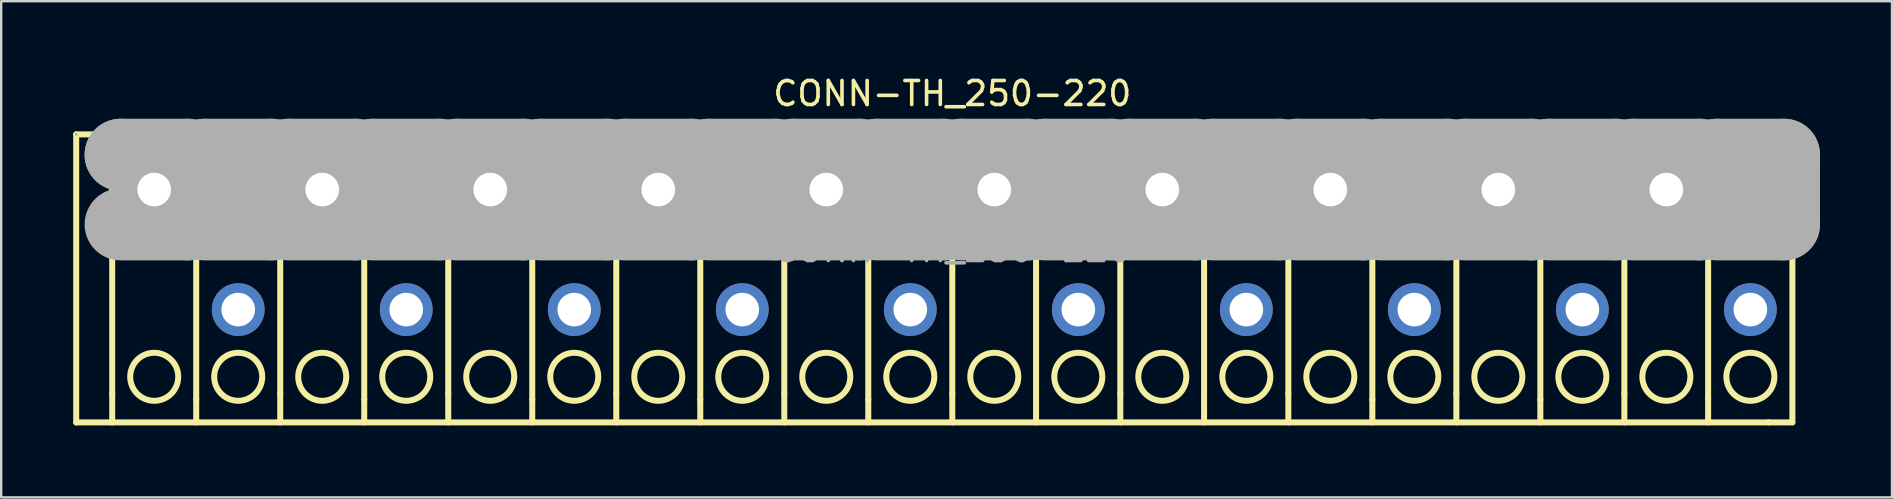
<source format=kicad_pcb>
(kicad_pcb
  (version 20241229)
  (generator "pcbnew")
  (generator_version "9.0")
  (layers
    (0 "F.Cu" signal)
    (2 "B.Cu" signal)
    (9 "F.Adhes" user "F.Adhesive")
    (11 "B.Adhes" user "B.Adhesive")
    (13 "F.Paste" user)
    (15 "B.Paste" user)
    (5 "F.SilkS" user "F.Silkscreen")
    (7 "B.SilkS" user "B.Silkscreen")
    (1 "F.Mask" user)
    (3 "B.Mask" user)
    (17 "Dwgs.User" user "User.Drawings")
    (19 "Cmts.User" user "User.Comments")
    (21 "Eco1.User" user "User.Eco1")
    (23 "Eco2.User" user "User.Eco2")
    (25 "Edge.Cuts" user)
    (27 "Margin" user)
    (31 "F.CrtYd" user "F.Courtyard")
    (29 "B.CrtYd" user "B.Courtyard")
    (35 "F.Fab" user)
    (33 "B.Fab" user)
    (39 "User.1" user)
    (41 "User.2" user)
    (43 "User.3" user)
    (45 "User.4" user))
  (footprint "CONN-TH_250-220"
    (layer "F.Cu")
    (at 36.625 7.348)
    (property "Reference" "CONN-TH_250-220" (at 0 -6.5 0) (layer "F.SilkS") (effects (font (size 1 1) (thickness 0.15))))
    (attr smd)
    (fp_line (start -36.5 -4.8) (end 34 -4.8) (stroke (width 0.25) (type solid)) (layer "F.SilkS"))
    (fp_line (start -36.5 7.2) (end -36.5 -4.8) (stroke (width 0.25) (type solid)) (layer "F.SilkS"))
    (fp_line (start -36.5 7.2) (end 34 7.2) (stroke (width 0.25) (type solid)) (layer "F.SilkS"))
    (fp_line (start -35 6) (end -35 -4.8) (stroke (width 0.25) (type solid)) (layer "F.SilkS"))
    (fp_line (start -35 6) (end -35 7.2) (stroke (width 0.25) (type solid)) (layer "F.SilkS"))
    (fp_line (start -34.46 -1.5) (end -34.62 -1.33) (stroke (width 0.25) (type solid)) (layer "F.SilkS"))
    (fp_line (start -34.36 -1.6) (end -34.46 -1.5) (stroke (width 0.25) (type solid)) (layer "F.SilkS"))
    (fp_line (start -34.36 -1.1) (end -34.07 -1.38) (stroke (width 0.25) (type solid)) (layer "F.SilkS"))
    (fp_line (start -34.34 -1.12) (end -34.36 -1.1) (stroke (width 0.25) (type solid)) (layer "F.SilkS"))
    (fp_line (start -32.17 -3.88) (end -32.15 -3.9) (stroke (width 0.25) (type solid)) (layer "F.SilkS"))
    (fp_line (start -32.15 -3.9) (end -32.44 -3.62) (stroke (width 0.25) (type solid)) (layer "F.SilkS"))
    (fp_line (start -32.15 -3.4) (end -32.05 -3.5) (stroke (width 0.25) (type solid)) (layer "F.SilkS"))
    (fp_line (start -32.05 -3.5) (end -31.89 -3.66) (stroke (width 0.25) (type solid)) (layer "F.SilkS"))
    (fp_line (start -31.5 -4.25) (end -31.5 -4.8) (stroke (width 0.25) (type solid)) (layer "F.SilkS"))
    (fp_line (start -31.5 -4.25) (end -31.5 6.25) (stroke (width 0.25) (type solid)) (layer "F.SilkS"))
    (fp_line (start -31.5 6.25) (end -31.5 7.2) (stroke (width 0.25) (type solid)) (layer "F.SilkS"))
    (fp_line (start -30.85 -1.1) (end -28.35 -3.7) (stroke (width 0.25) (type solid)) (layer "F.SilkS"))
    (fp_line (start -28.65 -3.9) (end -31.15 -1.3) (stroke (width 0.25) (type solid)) (layer "F.SilkS"))
    (fp_line (start -28.35 -3.7) (end -28.36 -3.7) (stroke (width 0.25) (type solid)) (layer "F.SilkS"))
    (fp_line (start -28 6) (end -28 -4.8) (stroke (width 0.25) (type solid)) (layer "F.SilkS"))
    (fp_line (start -28 6) (end -28 7.2) (stroke (width 0.25) (type solid)) (layer "F.SilkS"))
    (fp_line (start -27.46 -1.5) (end -27.62 -1.33) (stroke (width 0.25) (type solid)) (layer "F.SilkS"))
    (fp_line (start -27.36 -1.6) (end -27.46 -1.5) (stroke (width 0.25) (type solid)) (layer "F.SilkS"))
    (fp_line (start -27.36 -1.1) (end -27.07 -1.38) (stroke (width 0.25) (type solid)) (layer "F.SilkS"))
    (fp_line (start -27.34 -1.12) (end -27.36 -1.1) (stroke (width 0.25) (type solid)) (layer "F.SilkS"))
    (fp_line (start -25.17 -3.88) (end -25.15 -3.9) (stroke (width 0.25) (type solid)) (layer "F.SilkS"))
    (fp_line (start -25.15 -3.9) (end -25.44 -3.62) (stroke (width 0.25) (type solid)) (layer "F.SilkS"))
    (fp_line (start -25.15 -3.4) (end -25.05 -3.5) (stroke (width 0.25) (type solid)) (layer "F.SilkS"))
    (fp_line (start -25.05 -3.5) (end -24.89 -3.66) (stroke (width 0.25) (type solid)) (layer "F.SilkS"))
    (fp_line (start -24.5 -4.25) (end -24.5 -4.8) (stroke (width 0.25) (type solid)) (layer "F.SilkS"))
    (fp_line (start -24.5 -4.25) (end -24.5 6.25) (stroke (width 0.25) (type solid)) (layer "F.SilkS"))
    (fp_line (start -24.5 6.25) (end -24.5 7.2) (stroke (width 0.25) (type solid)) (layer "F.SilkS"))
    (fp_line (start -23.85 -1.1) (end -21.35 -3.7) (stroke (width 0.25) (type solid)) (layer "F.SilkS"))
    (fp_line (start -21.65 -3.9) (end -24.15 -1.3) (stroke (width 0.25) (type solid)) (layer "F.SilkS"))
    (fp_line (start -21.35 -3.7) (end -21.36 -3.7) (stroke (width 0.25) (type solid)) (layer "F.SilkS"))
    (fp_line (start -21 6) (end -21 -4.8) (stroke (width 0.25) (type solid)) (layer "F.SilkS"))
    (fp_line (start -21 6) (end -21 7.2) (stroke (width 0.25) (type solid)) (layer "F.SilkS"))
    (fp_line (start -20.46 -1.5) (end -20.62 -1.33) (stroke (width 0.25) (type solid)) (layer "F.SilkS"))
    (fp_line (start -20.36 -1.6) (end -20.46 -1.5) (stroke (width 0.25) (type solid)) (layer "F.SilkS"))
    (fp_line (start -20.36 -1.1) (end -20.07 -1.38) (stroke (width 0.25) (type solid)) (layer "F.SilkS"))
    (fp_line (start -20.34 -1.12) (end -20.36 -1.1) (stroke (width 0.25) (type solid)) (layer "F.SilkS"))
    (fp_line (start -18.17 -3.88) (end -18.15 -3.9) (stroke (width 0.25) (type solid)) (layer "F.SilkS"))
    (fp_line (start -18.15 -3.9) (end -18.44 -3.62) (stroke (width 0.25) (type solid)) (layer "F.SilkS"))
    (fp_line (start -18.15 -3.4) (end -18.05 -3.5) (stroke (width 0.25) (type solid)) (layer "F.SilkS"))
    (fp_line (start -18.05 -3.5) (end -17.89 -3.66) (stroke (width 0.25) (type solid)) (layer "F.SilkS"))
    (fp_line (start -17.5 -4.25) (end -17.5 -4.8) (stroke (width 0.25) (type solid)) (layer "F.SilkS"))
    (fp_line (start -17.5 -4.25) (end -17.5 6.25) (stroke (width 0.25) (type solid)) (layer "F.SilkS"))
    (fp_line (start -17.5 6.25) (end -17.5 7.2) (stroke (width 0.25) (type solid)) (layer "F.SilkS"))
    (fp_line (start -16.85 -1.1) (end -14.35 -3.7) (stroke (width 0.25) (type solid)) (layer "F.SilkS"))
    (fp_line (start -14.65 -3.9) (end -17.15 -1.3) (stroke (width 0.25) (type solid)) (layer "F.SilkS"))
    (fp_line (start -14.35 -3.7) (end -14.36 -3.7) (stroke (width 0.25) (type solid)) (layer "F.SilkS"))
    (fp_line (start -14 6) (end -14 -4.8) (stroke (width 0.25) (type solid)) (layer "F.SilkS"))
    (fp_line (start -14 6) (end -14 7.2) (stroke (width 0.25) (type solid)) (layer "F.SilkS"))
    (fp_line (start -13.46 -1.5) (end -13.62 -1.33) (stroke (width 0.25) (type solid)) (layer "F.SilkS"))
    (fp_line (start -13.36 -1.6) (end -13.46 -1.5) (stroke (width 0.25) (type solid)) (layer "F.SilkS"))
    (fp_line (start -13.36 -1.1) (end -13.07 -1.38) (stroke (width 0.25) (type solid)) (layer "F.SilkS"))
    (fp_line (start -13.34 -1.12) (end -13.36 -1.1) (stroke (width 0.25) (type solid)) (layer "F.SilkS"))
    (fp_line (start -11.17 -3.88) (end -11.15 -3.9) (stroke (width 0.25) (type solid)) (layer "F.SilkS"))
    (fp_line (start -11.15 -3.9) (end -11.44 -3.62) (stroke (width 0.25) (type solid)) (layer "F.SilkS"))
    (fp_line (start -11.15 -3.4) (end -11.05 -3.5) (stroke (width 0.25) (type solid)) (layer "F.SilkS"))
    (fp_line (start -11.05 -3.5) (end -10.89 -3.66) (stroke (width 0.25) (type solid)) (layer "F.SilkS"))
    (fp_line (start -10.5 -4.25) (end -10.5 -4.8) (stroke (width 0.25) (type solid)) (layer "F.SilkS"))
    (fp_line (start -10.5 -4.25) (end -10.5 6.25) (stroke (width 0.25) (type solid)) (layer "F.SilkS"))
    (fp_line (start -10.5 6.25) (end -10.5 7.2) (stroke (width 0.25) (type solid)) (layer "F.SilkS"))
    (fp_line (start -9.85 -1.1) (end -7.35 -3.7) (stroke (width 0.25) (type solid)) (layer "F.SilkS"))
    (fp_line (start -7.65 -3.9) (end -10.15 -1.3) (stroke (width 0.25) (type solid)) (layer "F.SilkS"))
    (fp_line (start -7.35 -3.7) (end -7.36 -3.7) (stroke (width 0.25) (type solid)) (layer "F.SilkS"))
    (fp_line (start -7 6) (end -7 -4.8) (stroke (width 0.25) (type solid)) (layer "F.SilkS"))
    (fp_line (start -7 6) (end -7 7.2) (stroke (width 0.25) (type solid)) (layer "F.SilkS"))
    (fp_line (start -6.46 -1.5) (end -6.62 -1.33) (stroke (width 0.25) (type solid)) (layer "F.SilkS"))
    (fp_line (start -6.36 -1.6) (end -6.46 -1.5) (stroke (width 0.25) (type solid)) (layer "F.SilkS"))
    (fp_line (start -6.36 -1.1) (end -6.07 -1.38) (stroke (width 0.25) (type solid)) (layer "F.SilkS"))
    (fp_line (start -6.34 -1.12) (end -6.36 -1.1) (stroke (width 0.25) (type solid)) (layer "F.SilkS"))
    (fp_line (start -4.17 -3.88) (end -4.15 -3.9) (stroke (width 0.25) (type solid)) (layer "F.SilkS"))
    (fp_line (start -4.15 -3.9) (end -4.44 -3.62) (stroke (width 0.25) (type solid)) (layer "F.SilkS"))
    (fp_line (start -4.15 -3.4) (end -4.05 -3.5) (stroke (width 0.25) (type solid)) (layer "F.SilkS"))
    (fp_line (start -4.05 -3.5) (end -3.89 -3.66) (stroke (width 0.25) (type solid)) (layer "F.SilkS"))
    (fp_line (start -3.5 -4.25) (end -3.5 -4.8) (stroke (width 0.25) (type solid)) (layer "F.SilkS"))
    (fp_line (start -3.5 -4.25) (end -3.5 6.25) (stroke (width 0.25) (type solid)) (layer "F.SilkS"))
    (fp_line (start -3.5 6.25) (end -3.5 7.2) (stroke (width 0.25) (type solid)) (layer "F.SilkS"))
    (fp_line (start -2.85 -1.1) (end -0.35 -3.7) (stroke (width 0.25) (type solid)) (layer "F.SilkS"))
    (fp_line (start -0.65 -3.9) (end -3.15 -1.3) (stroke (width 0.25) (type solid)) (layer "F.SilkS"))
    (fp_line (start -0.35 -3.7) (end -0.36 -3.7) (stroke (width 0.25) (type solid)) (layer "F.SilkS"))
    (fp_line (start 0 6) (end 0 -4.8) (stroke (width 0.25) (type solid)) (layer "F.SilkS"))
    (fp_line (start 0 6) (end 0 7.2) (stroke (width 0.25) (type solid)) (layer "F.SilkS"))
    (fp_line (start 0.54 -1.5) (end 0.38 -1.33) (stroke (width 0.25) (type solid)) (layer "F.SilkS"))
    (fp_line (start 0.64 -1.6) (end 0.54 -1.5) (stroke (width 0.25) (type solid)) (layer "F.SilkS"))
    (fp_line (start 0.64 -1.1) (end 0.93 -1.38) (stroke (width 0.25) (type solid)) (layer "F.SilkS"))
    (fp_line (start 0.66 -1.12) (end 0.64 -1.1) (stroke (width 0.25) (type solid)) (layer "F.SilkS"))
    (fp_line (start 2.83 -3.88) (end 2.85 -3.9) (stroke (width 0.25) (type solid)) (layer "F.SilkS"))
    (fp_line (start 2.85 -3.9) (end 2.56 -3.62) (stroke (width 0.25) (type solid)) (layer "F.SilkS"))
    (fp_line (start 2.85 -3.4) (end 2.95 -3.5) (stroke (width 0.25) (type solid)) (layer "F.SilkS"))
    (fp_line (start 2.95 -3.5) (end 3.11 -3.66) (stroke (width 0.25) (type solid)) (layer "F.SilkS"))
    (fp_line (start 3.49 -4.25) (end 3.49 -4.8) (stroke (width 0.25) (type solid)) (layer "F.SilkS"))
    (fp_line (start 3.49 -4.25) (end 3.49 6.25) (stroke (width 0.25) (type solid)) (layer "F.SilkS"))
    (fp_line (start 3.49 6.25) (end 3.49 7.2) (stroke (width 0.25) (type solid)) (layer "F.SilkS"))
    (fp_line (start 4.15 -1.1) (end 6.65 -3.7) (stroke (width 0.25) (type solid)) (layer "F.SilkS"))
    (fp_line (start 6.35 -3.9) (end 3.85 -1.3) (stroke (width 0.25) (type solid)) (layer "F.SilkS"))
    (fp_line (start 6.65 -3.7) (end 6.64 -3.7) (stroke (width 0.25) (type solid)) (layer "F.SilkS"))
    (fp_line (start 7 6) (end 7 -4.8) (stroke (width 0.25) (type solid)) (layer "F.SilkS"))
    (fp_line (start 7 6) (end 7 7.2) (stroke (width 0.25) (type solid)) (layer "F.SilkS"))
    (fp_line (start 7.54 -1.5) (end 7.38 -1.33) (stroke (width 0.25) (type solid)) (layer "F.SilkS"))
    (fp_line (start 7.64 -1.6) (end 7.54 -1.5) (stroke (width 0.25) (type solid)) (layer "F.SilkS"))
    (fp_line (start 7.64 -1.1) (end 7.93 -1.38) (stroke (width 0.25) (type solid)) (layer "F.SilkS"))
    (fp_line (start 7.66 -1.12) (end 7.64 -1.1) (stroke (width 0.25) (type solid)) (layer "F.SilkS"))
    (fp_line (start 9.83 -3.88) (end 9.85 -3.9) (stroke (width 0.25) (type solid)) (layer "F.SilkS"))
    (fp_line (start 9.85 -3.9) (end 9.56 -3.62) (stroke (width 0.25) (type solid)) (layer "F.SilkS"))
    (fp_line (start 9.85 -3.4) (end 9.95 -3.5) (stroke (width 0.25) (type solid)) (layer "F.SilkS"))
    (fp_line (start 9.95 -3.5) (end 10.11 -3.66) (stroke (width 0.25) (type solid)) (layer "F.SilkS"))
    (fp_line (start 10.49 -4.25) (end 10.49 -4.8) (stroke (width 0.25) (type solid)) (layer "F.SilkS"))
    (fp_line (start 10.49 -4.25) (end 10.49 6.25) (stroke (width 0.25) (type solid)) (layer "F.SilkS"))
    (fp_line (start 10.49 6.25) (end 10.49 7.2) (stroke (width 0.25) (type solid)) (layer "F.SilkS"))
    (fp_line (start 11.15 -1.1) (end 13.65 -3.7) (stroke (width 0.25) (type solid)) (layer "F.SilkS"))
    (fp_line (start 13.35 -3.9) (end 10.85 -1.3) (stroke (width 0.25) (type solid)) (layer "F.SilkS"))
    (fp_line (start 13.65 -3.7) (end 13.64 -3.7) (stroke (width 0.25) (type solid)) (layer "F.SilkS"))
    (fp_line (start 14 6) (end 14 -4.8) (stroke (width 0.25) (type solid)) (layer "F.SilkS"))
    (fp_line (start 14 6) (end 14 7.2) (stroke (width 0.25) (type solid)) (layer "F.SilkS"))
    (fp_line (start 14.54 -1.5) (end 14.38 -1.33) (stroke (width 0.25) (type solid)) (layer "F.SilkS"))
    (fp_line (start 14.64 -1.6) (end 14.54 -1.5) (stroke (width 0.25) (type solid)) (layer "F.SilkS"))
    (fp_line (start 14.64 -1.1) (end 14.93 -1.38) (stroke (width 0.25) (type solid)) (layer "F.SilkS"))
    (fp_line (start 14.66 -1.12) (end 14.64 -1.1) (stroke (width 0.25) (type solid)) (layer "F.SilkS"))
    (fp_line (start 16.83 -3.88) (end 16.85 -3.9) (stroke (width 0.25) (type solid)) (layer "F.SilkS"))
    (fp_line (start 16.85 -3.9) (end 16.56 -3.62) (stroke (width 0.25) (type solid)) (layer "F.SilkS"))
    (fp_line (start 16.85 -3.4) (end 16.95 -3.5) (stroke (width 0.25) (type solid)) (layer "F.SilkS"))
    (fp_line (start 16.95 -3.5) (end 17.11 -3.66) (stroke (width 0.25) (type solid)) (layer "F.SilkS"))
    (fp_line (start 17.5 -4.25) (end 17.5 -4.8) (stroke (width 0.25) (type solid)) (layer "F.SilkS"))
    (fp_line (start 17.5 -4.25) (end 17.5 6.25) (stroke (width 0.25) (type solid)) (layer "F.SilkS"))
    (fp_line (start 17.5 6.25) (end 17.5 7.2) (stroke (width 0.25) (type solid)) (layer "F.SilkS"))
    (fp_line (start 18.15 -1.1) (end 20.65 -3.7) (stroke (width 0.25) (type solid)) (layer "F.SilkS"))
    (fp_line (start 20.35 -3.9) (end 17.85 -1.3) (stroke (width 0.25) (type solid)) (layer "F.SilkS"))
    (fp_line (start 20.65 -3.7) (end 20.64 -3.7) (stroke (width 0.25) (type solid)) (layer "F.SilkS"))
    (fp_line (start 21 6) (end 21 -4.8) (stroke (width 0.25) (type solid)) (layer "F.SilkS"))
    (fp_line (start 21 6) (end 21 7.2) (stroke (width 0.25) (type solid)) (layer "F.SilkS"))
    (fp_line (start 21.54 -1.5) (end 21.38 -1.33) (stroke (width 0.25) (type solid)) (layer "F.SilkS"))
    (fp_line (start 21.64 -1.6) (end 21.54 -1.5) (stroke (width 0.25) (type solid)) (layer "F.SilkS"))
    (fp_line (start 21.64 -1.1) (end 21.93 -1.38) (stroke (width 0.25) (type solid)) (layer "F.SilkS"))
    (fp_line (start 21.66 -1.12) (end 21.64 -1.1) (stroke (width 0.25) (type solid)) (layer "F.SilkS"))
    (fp_line (start 23.83 -3.88) (end 23.85 -3.9) (stroke (width 0.25) (type solid)) (layer "F.SilkS"))
    (fp_line (start 23.85 -3.9) (end 23.56 -3.62) (stroke (width 0.25) (type solid)) (layer "F.SilkS"))
    (fp_line (start 23.85 -3.4) (end 23.95 -3.5) (stroke (width 0.25) (type solid)) (layer "F.SilkS"))
    (fp_line (start 23.95 -3.5) (end 24.11 -3.66) (stroke (width 0.25) (type solid)) (layer "F.SilkS"))
    (fp_line (start 24.5 -4.25) (end 24.5 -4.8) (stroke (width 0.25) (type solid)) (layer "F.SilkS"))
    (fp_line (start 24.5 -4.25) (end 24.5 6.25) (stroke (width 0.25) (type solid)) (layer "F.SilkS"))
    (fp_line (start 24.5 6.25) (end 24.5 7.2) (stroke (width 0.25) (type solid)) (layer "F.SilkS"))
    (fp_line (start 25.15 -1.1) (end 27.65 -3.7) (stroke (width 0.25) (type solid)) (layer "F.SilkS"))
    (fp_line (start 27.35 -3.9) (end 24.85 -1.3) (stroke (width 0.25) (type solid)) (layer "F.SilkS"))
    (fp_line (start 27.65 -3.7) (end 27.64 -3.7) (stroke (width 0.25) (type solid)) (layer "F.SilkS"))
    (fp_line (start 28 6) (end 28 -4.8) (stroke (width 0.25) (type solid)) (layer "F.SilkS"))
    (fp_line (start 28 6) (end 28 7.2) (stroke (width 0.25) (type solid)) (layer "F.SilkS"))
    (fp_line (start 28.54 -1.5) (end 28.38 -1.33) (stroke (width 0.25) (type solid)) (layer "F.SilkS"))
    (fp_line (start 28.64 -1.6) (end 28.54 -1.5) (stroke (width 0.25) (type solid)) (layer "F.SilkS"))
    (fp_line (start 28.64 -1.1) (end 28.93 -1.38) (stroke (width 0.25) (type solid)) (layer "F.SilkS"))
    (fp_line (start 28.66 -1.12) (end 28.64 -1.1) (stroke (width 0.25) (type solid)) (layer "F.SilkS"))
    (fp_line (start 30.83 -3.88) (end 30.85 -3.9) (stroke (width 0.25) (type solid)) (layer "F.SilkS"))
    (fp_line (start 30.85 -3.9) (end 30.56 -3.62) (stroke (width 0.25) (type solid)) (layer "F.SilkS"))
    (fp_line (start 30.85 -3.4) (end 30.94 -3.5) (stroke (width 0.25) (type solid)) (layer "F.SilkS"))
    (fp_line (start 30.94 -3.5) (end 31.11 -3.66) (stroke (width 0.25) (type solid)) (layer "F.SilkS"))
    (fp_line (start 31.49 -4.25) (end 31.49 -4.8) (stroke (width 0.25) (type solid)) (layer "F.SilkS"))
    (fp_line (start 31.49 -4.25) (end 31.49 6.25) (stroke (width 0.25) (type solid)) (layer "F.SilkS"))
    (fp_line (start 31.49 6.25) (end 31.49 7.2) (stroke (width 0.25) (type solid)) (layer "F.SilkS"))
    (fp_line (start 32.15 -1.1) (end 34.65 -3.7) (stroke (width 0.25) (type solid)) (layer "F.SilkS"))
    (fp_line (start 34 -4.8) (end 35 -4.8) (stroke (width 0.25) (type solid)) (layer "F.SilkS"))
    (fp_line (start 34 7.2) (end 35 7.2) (stroke (width 0.25) (type solid)) (layer "F.SilkS"))
    (fp_line (start 34.35 -3.9) (end 31.85 -1.3) (stroke (width 0.25) (type solid)) (layer "F.SilkS"))
    (fp_line (start 34.65 -3.7) (end 34.64 -3.7) (stroke (width 0.25) (type solid)) (layer "F.SilkS"))
    (fp_line (start 35 7.2) (end 35 -4.8) (stroke (width 0.25) (type solid)) (layer "F.SilkS"))
    (fp_circle (center -33.25 5.3) (end -32.25 5.3) (stroke (width 0.25) (type solid)) (fill no) (layer "F.SilkS"))
    (fp_circle (center -29.75 5.3) (end -28.75 5.3) (stroke (width 0.25) (type solid)) (fill no) (layer "F.SilkS"))
    (fp_circle (center -26.25 5.3) (end -25.25 5.3) (stroke (width 0.25) (type solid)) (fill no) (layer "F.SilkS"))
    (fp_circle (center -22.75 5.3) (end -21.75 5.3) (stroke (width 0.25) (type solid)) (fill no) (layer "F.SilkS"))
    (fp_circle (center -19.25 5.3) (end -18.25 5.3) (stroke (width 0.25) (type solid)) (fill no) (layer "F.SilkS"))
    (fp_circle (center -15.75 5.3) (end -14.75 5.3) (stroke (width 0.25) (type solid)) (fill no) (layer "F.SilkS"))
    (fp_circle (center -12.25 5.3) (end -11.25 5.3) (stroke (width 0.25) (type solid)) (fill no) (layer "F.SilkS"))
    (fp_circle (center -8.75 5.3) (end -7.75 5.3) (stroke (width 0.25) (type solid)) (fill no) (layer "F.SilkS"))
    (fp_circle (center -5.25 5.3) (end -4.25 5.3) (stroke (width 0.25) (type solid)) (fill no) (layer "F.SilkS"))
    (fp_circle (center -1.75 5.3) (end -0.75 5.3) (stroke (width 0.25) (type solid)) (fill no) (layer "F.SilkS"))
    (fp_circle (center 1.75 5.3) (end 2.75 5.3) (stroke (width 0.25) (type solid)) (fill no) (layer "F.SilkS"))
    (fp_circle (center 5.25 5.3) (end 6.25 5.3) (stroke (width 0.25) (type solid)) (fill no) (layer "F.SilkS"))
    (fp_circle (center 8.75 5.3) (end 9.75 5.3) (stroke (width 0.25) (type solid)) (fill no) (layer "F.SilkS"))
    (fp_circle (center 12.25 5.3) (end 13.25 5.3) (stroke (width 0.25) (type solid)) (fill no) (layer "F.SilkS"))
    (fp_circle (center 15.75 5.3) (end 16.75 5.3) (stroke (width 0.25) (type solid)) (fill no) (layer "F.SilkS"))
    (fp_circle (center 19.25 5.3) (end 20.25 5.3) (stroke (width 0.25) (type solid)) (fill no) (layer "F.SilkS"))
    (fp_circle (center 22.75 5.3) (end 23.75 5.3) (stroke (width 0.25) (type solid)) (fill no) (layer "F.SilkS"))
    (fp_circle (center 26.25 5.3) (end 27.25 5.3) (stroke (width 0.25) (type solid)) (fill no) (layer "F.SilkS"))
    (fp_circle (center 29.75 5.3) (end 30.75 5.3) (stroke (width 0.25) (type solid)) (fill no) (layer "F.SilkS"))
    (fp_circle (center 33.25 5.3) (end 34.25 5.3) (stroke (width 0.25) (type solid)) (fill no) (layer "F.SilkS"))
    (fp_line (start -34.65 -3.95) (end -34.65 -3.95) (stroke (width 3) (type solid)) (layer "F.Fab"))
    (fp_line (start -34.65 -3.95) (end -31.85 -3.95) (stroke (width 3) (type solid)) (layer "F.Fab"))
    (fp_line (start -31.85 -3.95) (end -31.85 -1.05) (stroke (width 3) (type solid)) (layer "F.Fab"))
    (fp_line (start -31.85 -1.05) (end -34.65 -1.05) (stroke (width 3) (type solid)) (layer "F.Fab"))
    (fp_line (start -31.15 -3.95) (end -31.15 -3.95) (stroke (width 3) (type solid)) (layer "F.Fab"))
    (fp_line (start -31.15 -3.95) (end -28.35 -3.95) (stroke (width 3) (type solid)) (layer "F.Fab"))
    (fp_line (start -28.35 -3.95) (end -28.35 -1.05) (stroke (width 3) (type solid)) (layer "F.Fab"))
    (fp_line (start -28.35 -1.05) (end -31.15 -1.05) (stroke (width 3) (type solid)) (layer "F.Fab"))
    (fp_line (start -27.65 -3.95) (end -27.65 -3.95) (stroke (width 3) (type solid)) (layer "F.Fab"))
    (fp_line (start -27.65 -3.95) (end -24.85 -3.95) (stroke (width 3) (type solid)) (layer "F.Fab"))
    (fp_line (start -24.85 -3.95) (end -24.85 -1.05) (stroke (width 3) (type solid)) (layer "F.Fab"))
    (fp_line (start -24.85 -1.05) (end -27.65 -1.05) (stroke (width 3) (type solid)) (layer "F.Fab"))
    (fp_line (start -24.15 -3.95) (end -24.15 -3.95) (stroke (width 3) (type solid)) (layer "F.Fab"))
    (fp_line (start -24.15 -3.95) (end -21.35 -3.95) (stroke (width 3) (type solid)) (layer "F.Fab"))
    (fp_line (start -21.35 -3.95) (end -21.35 -1.05) (stroke (width 3) (type solid)) (layer "F.Fab"))
    (fp_line (start -21.35 -1.05) (end -24.15 -1.05) (stroke (width 3) (type solid)) (layer "F.Fab"))
    (fp_line (start -20.65 -3.95) (end -20.65 -3.95) (stroke (width 3) (type solid)) (layer "F.Fab"))
    (fp_line (start -20.65 -3.95) (end -17.85 -3.95) (stroke (width 3) (type solid)) (layer "F.Fab"))
    (fp_line (start -17.85 -3.95) (end -17.85 -1.05) (stroke (width 3) (type solid)) (layer "F.Fab"))
    (fp_line (start -17.85 -1.05) (end -20.65 -1.05) (stroke (width 3) (type solid)) (layer "F.Fab"))
    (fp_line (start -17.15 -3.95) (end -17.15 -3.95) (stroke (width 3) (type solid)) (layer "F.Fab"))
    (fp_line (start -17.15 -3.95) (end -14.35 -3.95) (stroke (width 3) (type solid)) (layer "F.Fab"))
    (fp_line (start -14.35 -3.95) (end -14.35 -1.05) (stroke (width 3) (type solid)) (layer "F.Fab"))
    (fp_line (start -14.35 -1.05) (end -17.15 -1.05) (stroke (width 3) (type solid)) (layer "F.Fab"))
    (fp_line (start -13.65 -3.95) (end -13.65 -3.95) (stroke (width 3) (type solid)) (layer "F.Fab"))
    (fp_line (start -13.65 -3.95) (end -10.85 -3.95) (stroke (width 3) (type solid)) (layer "F.Fab"))
    (fp_line (start -10.85 -3.95) (end -10.85 -1.05) (stroke (width 3) (type solid)) (layer "F.Fab"))
    (fp_line (start -10.85 -1.05) (end -13.65 -1.05) (stroke (width 3) (type solid)) (layer "F.Fab"))
    (fp_line (start -10.15 -3.95) (end -10.15 -3.95) (stroke (width 3) (type solid)) (layer "F.Fab"))
    (fp_line (start -10.15 -3.95) (end -7.35 -3.95) (stroke (width 3) (type solid)) (layer "F.Fab"))
    (fp_line (start -7.35 -3.95) (end -7.35 -1.05) (stroke (width 3) (type solid)) (layer "F.Fab"))
    (fp_line (start -7.35 -1.05) (end -10.15 -1.05) (stroke (width 3) (type solid)) (layer "F.Fab"))
    (fp_line (start -6.65 -3.95) (end -6.65 -3.95) (stroke (width 3) (type solid)) (layer "F.Fab"))
    (fp_line (start -6.65 -3.95) (end -3.85 -3.95) (stroke (width 3) (type solid)) (layer "F.Fab"))
    (fp_line (start -3.85 -3.95) (end -3.85 -1.05) (stroke (width 3) (type solid)) (layer "F.Fab"))
    (fp_line (start -3.85 -1.05) (end -6.65 -1.05) (stroke (width 3) (type solid)) (layer "F.Fab"))
    (fp_line (start -3.15 -3.95) (end -3.15 -3.95) (stroke (width 3) (type solid)) (layer "F.Fab"))
    (fp_line (start -3.15 -3.95) (end -0.35 -3.95) (stroke (width 3) (type solid)) (layer "F.Fab"))
    (fp_line (start -0.35 -3.95) (end -0.35 -1.05) (stroke (width 3) (type solid)) (layer "F.Fab"))
    (fp_line (start -0.35 -1.05) (end -3.15 -1.05) (stroke (width 3) (type solid)) (layer "F.Fab"))
    (fp_line (start 0.35 -3.95) (end 0.35 -3.95) (stroke (width 3) (type solid)) (layer "F.Fab"))
    (fp_line (start 0.35 -3.95) (end 3.15 -3.95) (stroke (width 3) (type solid)) (layer "F.Fab"))
    (fp_line (start 3.15 -3.95) (end 3.15 -1.05) (stroke (width 3) (type solid)) (layer "F.Fab"))
    (fp_line (start 3.15 -1.05) (end 0.35 -1.05) (stroke (width 3) (type solid)) (layer "F.Fab"))
    (fp_line (start 3.85 -3.95) (end 3.85 -3.95) (stroke (width 3) (type solid)) (layer "F.Fab"))
    (fp_line (start 3.85 -3.95) (end 6.65 -3.95) (stroke (width 3) (type solid)) (layer "F.Fab"))
    (fp_line (start 6.65 -3.95) (end 6.65 -1.05) (stroke (width 3) (type solid)) (layer "F.Fab"))
    (fp_line (start 6.65 -1.05) (end 3.85 -1.05) (stroke (width 3) (type solid)) (layer "F.Fab"))
    (fp_line (start 7.35 -3.95) (end 7.35 -3.95) (stroke (width 3) (type solid)) (layer "F.Fab"))
    (fp_line (start 7.35 -3.95) (end 10.15 -3.95) (stroke (width 3) (type solid)) (layer "F.Fab"))
    (fp_line (start 10.15 -3.95) (end 10.15 -1.05) (stroke (width 3) (type solid)) (layer "F.Fab"))
    (fp_line (start 10.15 -1.05) (end 7.35 -1.05) (stroke (width 3) (type solid)) (layer "F.Fab"))
    (fp_line (start 10.85 -3.95) (end 10.85 -3.95) (stroke (width 3) (type solid)) (layer "F.Fab"))
    (fp_line (start 10.85 -3.95) (end 13.65 -3.95) (stroke (width 3) (type solid)) (layer "F.Fab"))
    (fp_line (start 13.65 -3.95) (end 13.65 -1.05) (stroke (width 3) (type solid)) (layer "F.Fab"))
    (fp_line (start 13.65 -1.05) (end 10.85 -1.05) (stroke (width 3) (type solid)) (layer "F.Fab"))
    (fp_line (start 14.35 -3.95) (end 14.35 -3.95) (stroke (width 3) (type solid)) (layer "F.Fab"))
    (fp_line (start 14.35 -3.95) (end 17.15 -3.95) (stroke (width 3) (type solid)) (layer "F.Fab"))
    (fp_line (start 17.15 -3.95) (end 17.15 -1.05) (stroke (width 3) (type solid)) (layer "F.Fab"))
    (fp_line (start 17.15 -1.05) (end 14.35 -1.05) (stroke (width 3) (type solid)) (layer "F.Fab"))
    (fp_line (start 17.85 -3.95) (end 17.85 -3.95) (stroke (width 3) (type solid)) (layer "F.Fab"))
    (fp_line (start 17.85 -3.95) (end 20.65 -3.95) (stroke (width 3) (type solid)) (layer "F.Fab"))
    (fp_line (start 20.65 -3.95) (end 20.65 -1.05) (stroke (width 3) (type solid)) (layer "F.Fab"))
    (fp_line (start 20.65 -1.05) (end 17.85 -1.05) (stroke (width 3) (type solid)) (layer "F.Fab"))
    (fp_line (start 21.35 -3.95) (end 21.35 -3.95) (stroke (width 3) (type solid)) (layer "F.Fab"))
    (fp_line (start 21.35 -3.95) (end 24.15 -3.95) (stroke (width 3) (type solid)) (layer "F.Fab"))
    (fp_line (start 24.15 -3.95) (end 24.15 -1.05) (stroke (width 3) (type solid)) (layer "F.Fab"))
    (fp_line (start 24.15 -1.05) (end 21.35 -1.05) (stroke (width 3) (type solid)) (layer "F.Fab"))
    (fp_line (start 24.85 -3.95) (end 24.85 -3.95) (stroke (width 3) (type solid)) (layer "F.Fab"))
    (fp_line (start 24.85 -3.95) (end 27.65 -3.95) (stroke (width 3) (type solid)) (layer "F.Fab"))
    (fp_line (start 27.65 -3.95) (end 27.65 -1.05) (stroke (width 3) (type solid)) (layer "F.Fab"))
    (fp_line (start 27.65 -1.05) (end 24.85 -1.05) (stroke (width 3) (type solid)) (layer "F.Fab"))
    (fp_line (start 28.35 -3.95) (end 28.35 -3.95) (stroke (width 3) (type solid)) (layer "F.Fab"))
    (fp_line (start 28.35 -3.95) (end 31.15 -3.95) (stroke (width 3) (type solid)) (layer "F.Fab"))
    (fp_line (start 31.15 -3.95) (end 31.15 -1.05) (stroke (width 3) (type solid)) (layer "F.Fab"))
    (fp_line (start 31.15 -1.05) (end 28.35 -1.05) (stroke (width 3) (type solid)) (layer "F.Fab"))
    (fp_line (start 31.85 -3.95) (end 31.85 -3.95) (stroke (width 3) (type solid)) (layer "F.Fab"))
    (fp_line (start 31.85 -3.95) (end 34.65 -3.95) (stroke (width 3) (type solid)) (layer "F.Fab"))
    (fp_line (start 34.65 -3.95) (end 34.65 -1.05) (stroke (width 3) (type solid)) (layer "F.Fab"))
    (fp_line (start 34.65 -1.05) (end 31.85 -1.05) (stroke (width 3) (type solid)) (layer "F.Fab"))
    (fp_circle (center -36.5 -4.8) (end -36.47 -4.8) (stroke (width 0.06) (type solid)) (fill no) (layer "F.Fab"))
    (fp_text user "${REFERENCE}" (at 0 0 0) (layer "F.Fab") (effects (font (size 1 1) (thickness 0.15))))
    (pad "1" thru_hole circle (at -33.25 -2.5) (size 2.2 2.2) (drill 1.4) (layers "*.Cu" "*.Paste" "*.Mask"))
    (pad "2" thru_hole circle (at -29.75 2.5) (size 2.2 2.2) (drill 1.4) (layers "*.Cu" "*.Paste" "*.Mask"))
    (pad "3" thru_hole circle (at -26.25 -2.5) (size 2.2 2.2) (drill 1.4) (layers "*.Cu" "*.Paste" "*.Mask"))
    (pad "4" thru_hole circle (at -22.75 2.5) (size 2.2 2.2) (drill 1.4) (layers "*.Cu" "*.Paste" "*.Mask"))
    (pad "5" thru_hole circle (at -19.25 -2.5) (size 2.2 2.2) (drill 1.4) (layers "*.Cu" "*.Paste" "*.Mask"))
    (pad "6" thru_hole circle (at -15.75 2.5) (size 2.2 2.2) (drill 1.4) (layers "*.Cu" "*.Paste" "*.Mask"))
    (pad "7" thru_hole circle (at -12.25 -2.5) (size 2.2 2.2) (drill 1.4) (layers "*.Cu" "*.Paste" "*.Mask"))
    (pad "8" thru_hole circle (at -8.75 2.5) (size 2.2 2.2) (drill 1.4) (layers "*.Cu" "*.Paste" "*.Mask"))
    (pad "9" thru_hole circle (at -5.25 -2.5) (size 2.2 2.2) (drill 1.4) (layers "*.Cu" "*.Paste" "*.Mask"))
    (pad "10" thru_hole circle (at -1.75 2.5) (size 2.2 2.2) (drill 1.4) (layers "*.Cu" "*.Paste" "*.Mask"))
    (pad "11" thru_hole circle (at 1.75 -2.5) (size 2.2 2.2) (drill 1.4) (layers "*.Cu" "*.Paste" "*.Mask"))
    (pad "12" thru_hole circle (at 5.25 2.5) (size 2.2 2.2) (drill 1.4) (layers "*.Cu" "*.Paste" "*.Mask"))
    (pad "13" thru_hole circle (at 8.75 -2.5) (size 2.2 2.2) (drill 1.4) (layers "*.Cu" "*.Paste" "*.Mask"))
    (pad "14" thru_hole circle (at 12.25 2.5) (size 2.2 2.2) (drill 1.4) (layers "*.Cu" "*.Paste" "*.Mask"))
    (pad "15" thru_hole circle (at 15.75 -2.5) (size 2.2 2.2) (drill 1.4) (layers "*.Cu" "*.Paste" "*.Mask"))
    (pad "16" thru_hole circle (at 19.25 2.5) (size 2.2 2.2) (drill 1.4) (layers "*.Cu" "*.Paste" "*.Mask"))
    (pad "17" thru_hole circle (at 22.75 -2.5) (size 2.2 2.2) (drill 1.4) (layers "*.Cu" "*.Paste" "*.Mask"))
    (pad "18" thru_hole circle (at 26.25 2.5) (size 2.2 2.2) (drill 1.4) (layers "*.Cu" "*.Paste" "*.Mask"))
    (pad "19" thru_hole circle (at 29.75 -2.5) (size 2.2 2.2) (drill 1.4) (layers "*.Cu" "*.Paste" "*.Mask"))
    (pad "20" thru_hole circle (at 33.25 2.5) (size 2.2 2.2) (drill 1.4) (layers "*.Cu" "*.Paste" "*.Mask")))
  (gr_rect
    (start -3 -3)
    (end 75.775 17.673)
    (stroke (width 0.1) (type default))
    (fill no)
    (layer "Edge.Cuts")))
</source>
